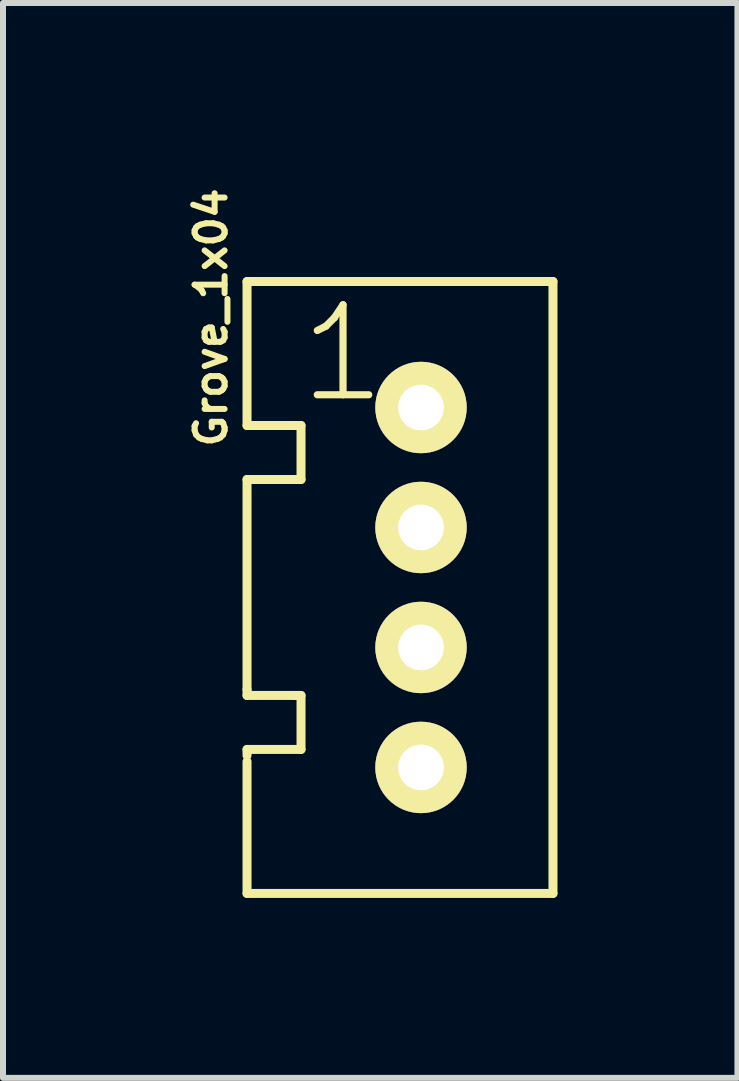
<source format=kicad_pcb>
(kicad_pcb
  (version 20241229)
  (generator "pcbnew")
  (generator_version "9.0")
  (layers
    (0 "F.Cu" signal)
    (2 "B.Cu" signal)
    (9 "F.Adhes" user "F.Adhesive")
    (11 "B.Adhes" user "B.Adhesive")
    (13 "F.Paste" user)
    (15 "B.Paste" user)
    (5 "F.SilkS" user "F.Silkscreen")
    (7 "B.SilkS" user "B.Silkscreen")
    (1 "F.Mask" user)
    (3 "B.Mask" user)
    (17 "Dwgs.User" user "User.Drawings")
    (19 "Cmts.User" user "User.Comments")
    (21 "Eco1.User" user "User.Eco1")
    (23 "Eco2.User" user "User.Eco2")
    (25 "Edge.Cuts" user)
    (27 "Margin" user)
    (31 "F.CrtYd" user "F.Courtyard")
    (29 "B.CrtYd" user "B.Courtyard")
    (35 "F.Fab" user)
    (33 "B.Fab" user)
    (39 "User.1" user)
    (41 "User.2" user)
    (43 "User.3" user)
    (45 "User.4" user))
  (footprint "Grove_1x04"
    (layer "F.Cu")
    (at 3.968 3.743)
    (property "Reference" "Grove_1x04" (at -3.5 -1.5 90) (layer "F.SilkS") (effects (font (size 0.5 0.5) (thickness 0.1))))
    (attr through_hole)
    (fp_line (start -2.9 -2.1) (end -2.9 0.3) (stroke (width 0.15) (type solid)) (layer "F.SilkS"))
    (fp_line (start -2.9 0.3) (end -2 0.3) (stroke (width 0.15) (type solid)) (layer "F.SilkS"))
    (fp_line (start -2.9 1.2) (end -2.9 4.7) (stroke (width 0.15) (type solid)) (layer "F.SilkS"))
    (fp_line (start -2.9 4.7) (end -2.9 4.8) (stroke (width 0.15) (type solid)) (layer "F.SilkS"))
    (fp_line (start -2.9 4.8) (end -2.1 4.8) (stroke (width 0.15) (type solid)) (layer "F.SilkS"))
    (fp_line (start -2.9 5.7) (end -2.9 5.8) (stroke (width 0.15) (type solid)) (layer "F.SilkS"))
    (fp_line (start -2.9 8.1) (end -2.9 5.9) (stroke (width 0.15) (type solid)) (layer "F.SilkS"))
    (fp_line (start -2.9 8.1) (end 2.2 8.1) (stroke (width 0.15) (type solid)) (layer "F.SilkS"))
    (fp_line (start -2.1 4.8) (end -2 4.8) (stroke (width 0.15) (type solid)) (layer "F.SilkS"))
    (fp_line (start -2 0.3) (end -2 1.2) (stroke (width 0.15) (type solid)) (layer "F.SilkS"))
    (fp_line (start -2 1.2) (end -2.9 1.2) (stroke (width 0.15) (type solid)) (layer "F.SilkS"))
    (fp_line (start -2 4.8) (end -2 5.7) (stroke (width 0.15) (type solid)) (layer "F.SilkS"))
    (fp_line (start -2 5.7) (end -2.9 5.7) (stroke (width 0.15) (type solid)) (layer "F.SilkS"))
    (fp_line (start 2.2 -2.1) (end -2.9 -2.1) (stroke (width 0.15) (type solid)) (layer "F.SilkS"))
    (fp_line (start 2.2 8.1) (end 2.2 -2.1) (stroke (width 0.15) (type solid)) (layer "F.SilkS"))
    (fp_text user "1" (at -1.3 -0.9 0) (layer "F.SilkS") (effects (font (size 1.5 1.5) (thickness 0.12))))
    (pad "1" thru_hole circle (at 0 0) (size 1.524 1.524) (drill 0.762) (layers "*.Cu" "*.Mask" "F.SilkS"))
    (pad "2" thru_hole circle (at 0 2) (size 1.524 1.524) (drill 0.762) (layers "*.Cu" "*.Mask" "F.SilkS"))
    (pad "3" thru_hole circle (at 0 4) (size 1.524 1.524) (drill 0.762) (layers "*.Cu" "*.Mask" "F.SilkS"))
    (pad "4" thru_hole circle (at 0 6) (size 1.524 1.524) (drill 0.762) (layers "*.Cu" "*.Mask" "F.SilkS")))
  (gr_rect
    (start -3 -3)
    (end 9.243 14.918)
    (stroke (width 0.1) (type default))
    (fill no)
    (layer "Edge.Cuts")))
</source>
